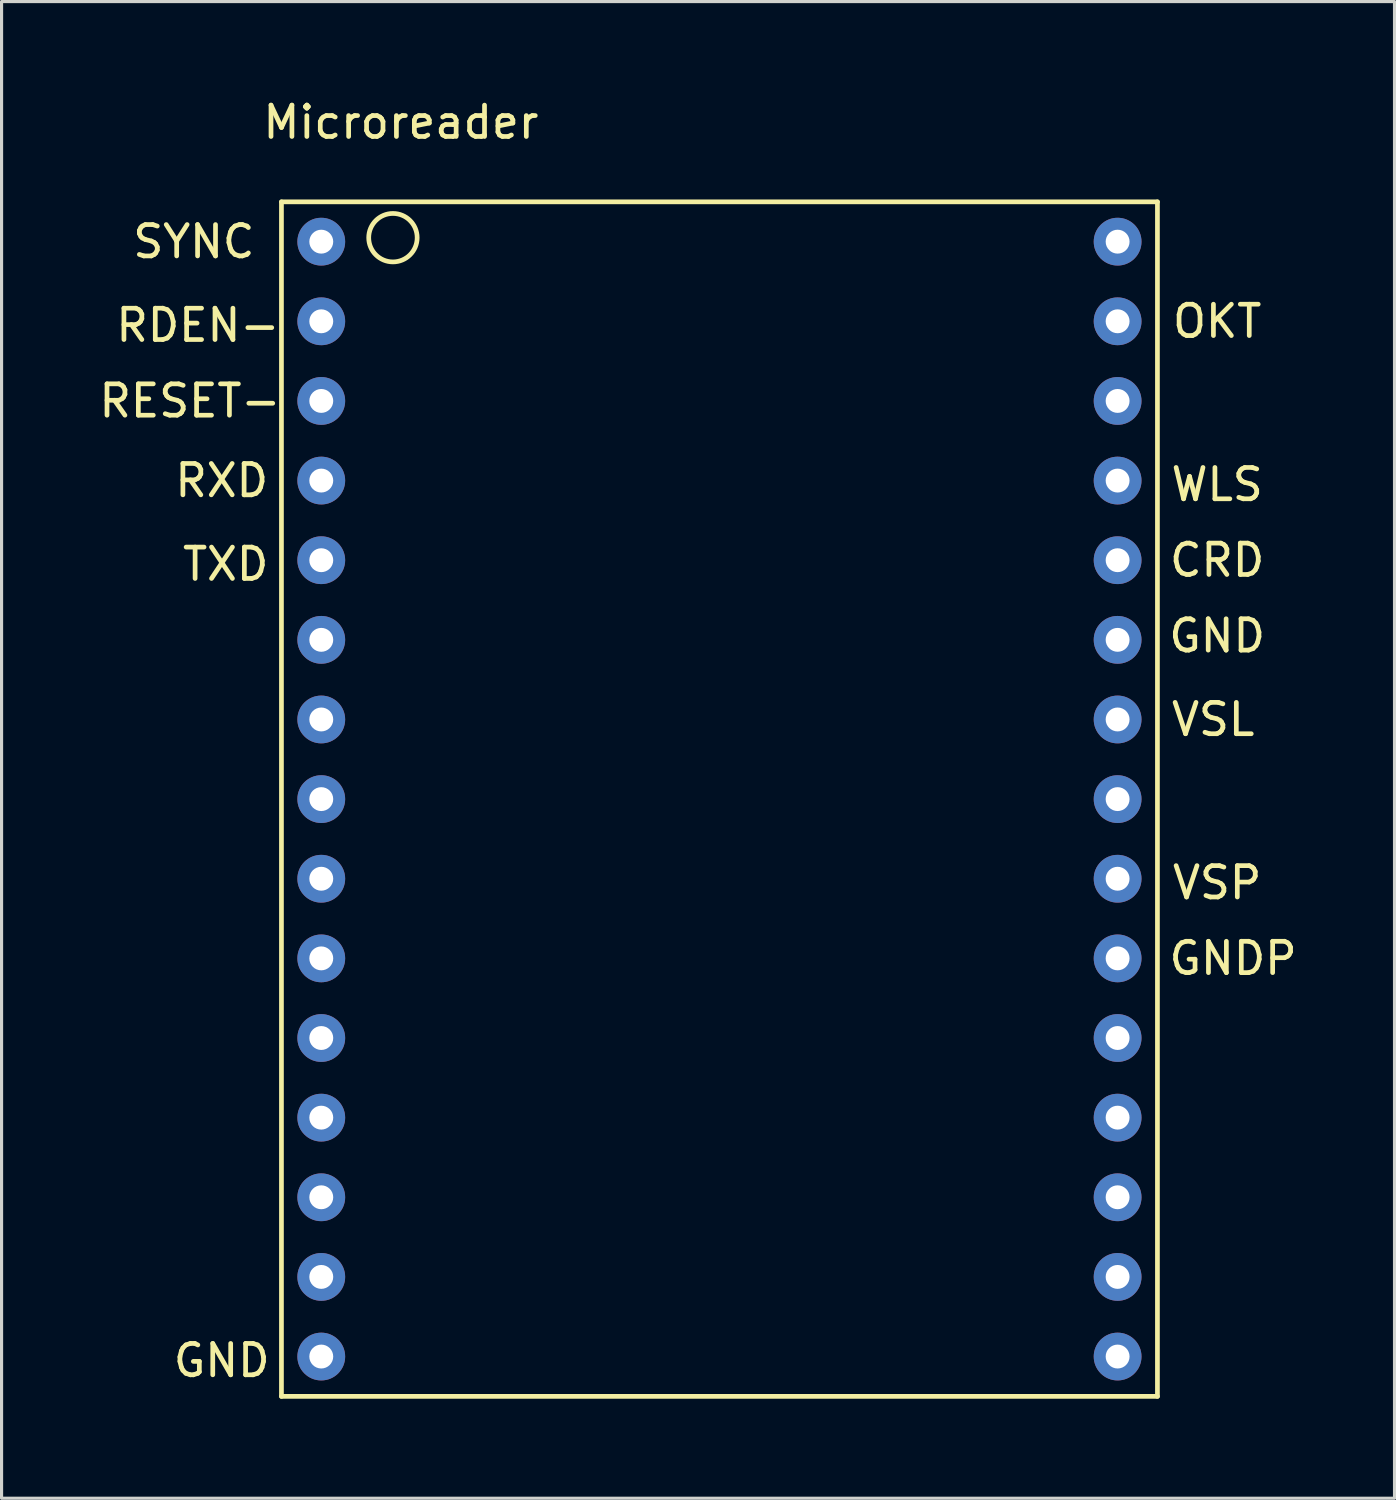
<source format=kicad_pcb>
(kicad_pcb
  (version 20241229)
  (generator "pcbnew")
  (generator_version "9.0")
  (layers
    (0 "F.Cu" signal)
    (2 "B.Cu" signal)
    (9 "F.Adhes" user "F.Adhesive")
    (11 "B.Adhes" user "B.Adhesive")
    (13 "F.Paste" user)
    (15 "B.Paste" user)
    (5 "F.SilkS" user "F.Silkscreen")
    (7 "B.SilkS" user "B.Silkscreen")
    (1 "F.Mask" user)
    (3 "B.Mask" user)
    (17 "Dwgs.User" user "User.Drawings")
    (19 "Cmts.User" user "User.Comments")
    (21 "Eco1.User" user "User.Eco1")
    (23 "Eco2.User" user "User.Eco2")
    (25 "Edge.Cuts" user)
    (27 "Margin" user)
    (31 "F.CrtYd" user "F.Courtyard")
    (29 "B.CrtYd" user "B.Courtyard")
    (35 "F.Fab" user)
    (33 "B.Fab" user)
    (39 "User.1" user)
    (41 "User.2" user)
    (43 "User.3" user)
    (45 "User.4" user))
  (footprint "Microreader"
    (layer "F.Cu")
    (at 33.867 41.488)
    (property "Reference" "Microreader" (at -24.13 -40.64 0) (layer "F.SilkS") (effects (font (size 1 1) (thickness 0.15))))
    (attr through_hole)
    (fp_line (start -27.94 -38.1) (end 0 -38.1) (stroke (width 0.15) (type solid)) (layer "F.SilkS"))
    (fp_line (start -27.94 0) (end -27.94 -38.1) (stroke (width 0.15) (type solid)) (layer "F.SilkS"))
    (fp_line (start 0 -38.1) (end 0 0) (stroke (width 0.15) (type solid)) (layer "F.SilkS"))
    (fp_line (start 0 0) (end -27.94 0) (stroke (width 0.15) (type solid)) (layer "F.SilkS"))
    (fp_circle (center -24.384 -36.957) (end -25.146 -37.084) (stroke (width 0.15) (type solid)) (fill no) (layer "F.SilkS"))
    (fp_text user "GND" (at 1.905 -24.257 0) (layer "F.SilkS") (effects (font (size 1 1) (thickness 0.15))))
    (fp_text user "RDEN-" (at -30.607 -34.163 0) (layer "F.SilkS") (effects (font (size 1 1) (thickness 0.15))))
    (fp_text user "VSL" (at 1.778 -21.59 0) (layer "F.SilkS") (effects (font (size 1 1) (thickness 0.15))))
    (fp_text user "TXD" (at -29.718 -26.543 0) (layer "F.SilkS") (effects (font (size 1 1) (thickness 0.15))))
    (fp_text user "GNDP" (at 2.413 -13.97 0) (layer "F.SilkS") (effects (font (size 1 1) (thickness 0.15))))
    (fp_text user "RESET-" (at -30.861 -31.75 0) (layer "F.SilkS") (effects (font (size 1 1) (thickness 0.15))))
    (fp_text user "RXD" (at -29.845 -29.21 0) (layer "F.SilkS") (effects (font (size 1 1) (thickness 0.15))))
    (fp_text user "GND" (at -29.845 -1.143 0) (layer "F.SilkS") (effects (font (size 1 1) (thickness 0.15))))
    (fp_text user "OKT" (at 1.905 -34.29 0) (layer "F.SilkS") (effects (font (size 1 1) (thickness 0.15))))
    (fp_text user "SYNC" (at -30.734 -36.83 0) (layer "F.SilkS") (effects (font (size 1 1) (thickness 0.15))))
    (fp_text user "VSP" (at 1.905 -16.383 0) (layer "F.SilkS") (effects (font (size 1 1) (thickness 0.15))))
    (fp_text user "WLS" (at 1.905 -29.083 0) (layer "F.SilkS") (effects (font (size 1 1) (thickness 0.15))))
    (fp_text user "CRD" (at 1.905 -26.67 0) (layer "F.SilkS") (effects (font (size 1 1) (thickness 0.15))))
    (pad "1" thru_hole circle (at -26.67 -36.83) (size 1.524 1.524) (drill 0.762) (layers "*.Cu" "*.Mask"))
    (pad "2" thru_hole circle (at -26.67 -34.29) (size 1.524 1.524) (drill 0.762) (layers "*.Cu" "*.Mask"))
    (pad "3" thru_hole circle (at -26.67 -31.75) (size 1.524 1.524) (drill 0.762) (layers "*.Cu" "*.Mask"))
    (pad "4" thru_hole circle (at -26.67 -29.21) (size 1.524 1.524) (drill 0.762) (layers "*.Cu" "*.Mask"))
    (pad "5" thru_hole circle (at -26.67 -26.67) (size 1.524 1.524) (drill 0.762) (layers "*.Cu" "*.Mask"))
    (pad "6" thru_hole circle (at -26.67 -24.13) (size 1.524 1.524) (drill 0.762) (layers "*.Cu" "*.Mask"))
    (pad "7" thru_hole circle (at -26.67 -21.59) (size 1.524 1.524) (drill 0.762) (layers "*.Cu" "*.Mask"))
    (pad "8" thru_hole circle (at -26.67 -19.05) (size 1.524 1.524) (drill 0.762) (layers "*.Cu" "*.Mask"))
    (pad "9" thru_hole circle (at -26.67 -16.51) (size 1.524 1.524) (drill 0.762) (layers "*.Cu" "*.Mask"))
    (pad "10" thru_hole circle (at -26.67 -13.97) (size 1.524 1.524) (drill 0.762) (layers "*.Cu" "*.Mask"))
    (pad "11" thru_hole circle (at -26.67 -11.43) (size 1.524 1.524) (drill 0.762) (layers "*.Cu" "*.Mask"))
    (pad "12" thru_hole circle (at -26.67 -8.89) (size 1.524 1.524) (drill 0.762) (layers "*.Cu" "*.Mask"))
    (pad "13" thru_hole circle (at -26.67 -6.35) (size 1.524 1.524) (drill 0.762) (layers "*.Cu" "*.Mask"))
    (pad "14" thru_hole circle (at -26.67 -3.81) (size 1.524 1.524) (drill 0.762) (layers "*.Cu" "*.Mask"))
    (pad "15" thru_hole circle (at -26.67 -1.27) (size 1.524 1.524) (drill 0.762) (layers "*.Cu" "*.Mask"))
    (pad "16" thru_hole circle (at -1.27 -1.27) (size 1.524 1.524) (drill 0.762) (layers "*.Cu" "*.Mask"))
    (pad "17" thru_hole circle (at -1.27 -3.81) (size 1.524 1.524) (drill 0.762) (layers "*.Cu" "*.Mask"))
    (pad "18" thru_hole circle (at -1.27 -6.35) (size 1.524 1.524) (drill 0.762) (layers "*.Cu" "*.Mask"))
    (pad "19" thru_hole circle (at -1.27 -8.89) (size 1.524 1.524) (drill 0.762) (layers "*.Cu" "*.Mask"))
    (pad "20" thru_hole circle (at -1.27 -11.43) (size 1.524 1.524) (drill 0.762) (layers "*.Cu" "*.Mask"))
    (pad "21" thru_hole circle (at -1.27 -13.97) (size 1.524 1.524) (drill 0.762) (layers "*.Cu" "*.Mask"))
    (pad "22" thru_hole circle (at -1.27 -16.51) (size 1.524 1.524) (drill 0.762) (layers "*.Cu" "*.Mask"))
    (pad "23" thru_hole circle (at -1.27 -19.05) (size 1.524 1.524) (drill 0.762) (layers "*.Cu" "*.Mask"))
    (pad "24" thru_hole circle (at -1.27 -21.59) (size 1.524 1.524) (drill 0.762) (layers "*.Cu" "*.Mask"))
    (pad "25" thru_hole circle (at -1.27 -24.13) (size 1.524 1.524) (drill 0.762) (layers "*.Cu" "*.Mask"))
    (pad "26" thru_hole circle (at -1.27 -26.67) (size 1.524 1.524) (drill 0.762) (layers "*.Cu" "*.Mask"))
    (pad "27" thru_hole circle (at -1.27 -29.21) (size 1.524 1.524) (drill 0.762) (layers "*.Cu" "*.Mask"))
    (pad "28" thru_hole circle (at -1.27 -31.75) (size 1.524 1.524) (drill 0.762) (layers "*.Cu" "*.Mask"))
    (pad "29" thru_hole circle (at -1.27 -34.29) (size 1.524 1.524) (drill 0.762) (layers "*.Cu" "*.Mask"))
    (pad "30" thru_hole circle (at -1.27 -36.83) (size 1.524 1.524) (drill 0.762) (layers "*.Cu" "*.Mask")))
  (gr_rect
    (start -3 -3)
    (end 41.429 44.738)
    (stroke (width 0.1) (type default))
    (fill no)
    (layer "Edge.Cuts")))
</source>
